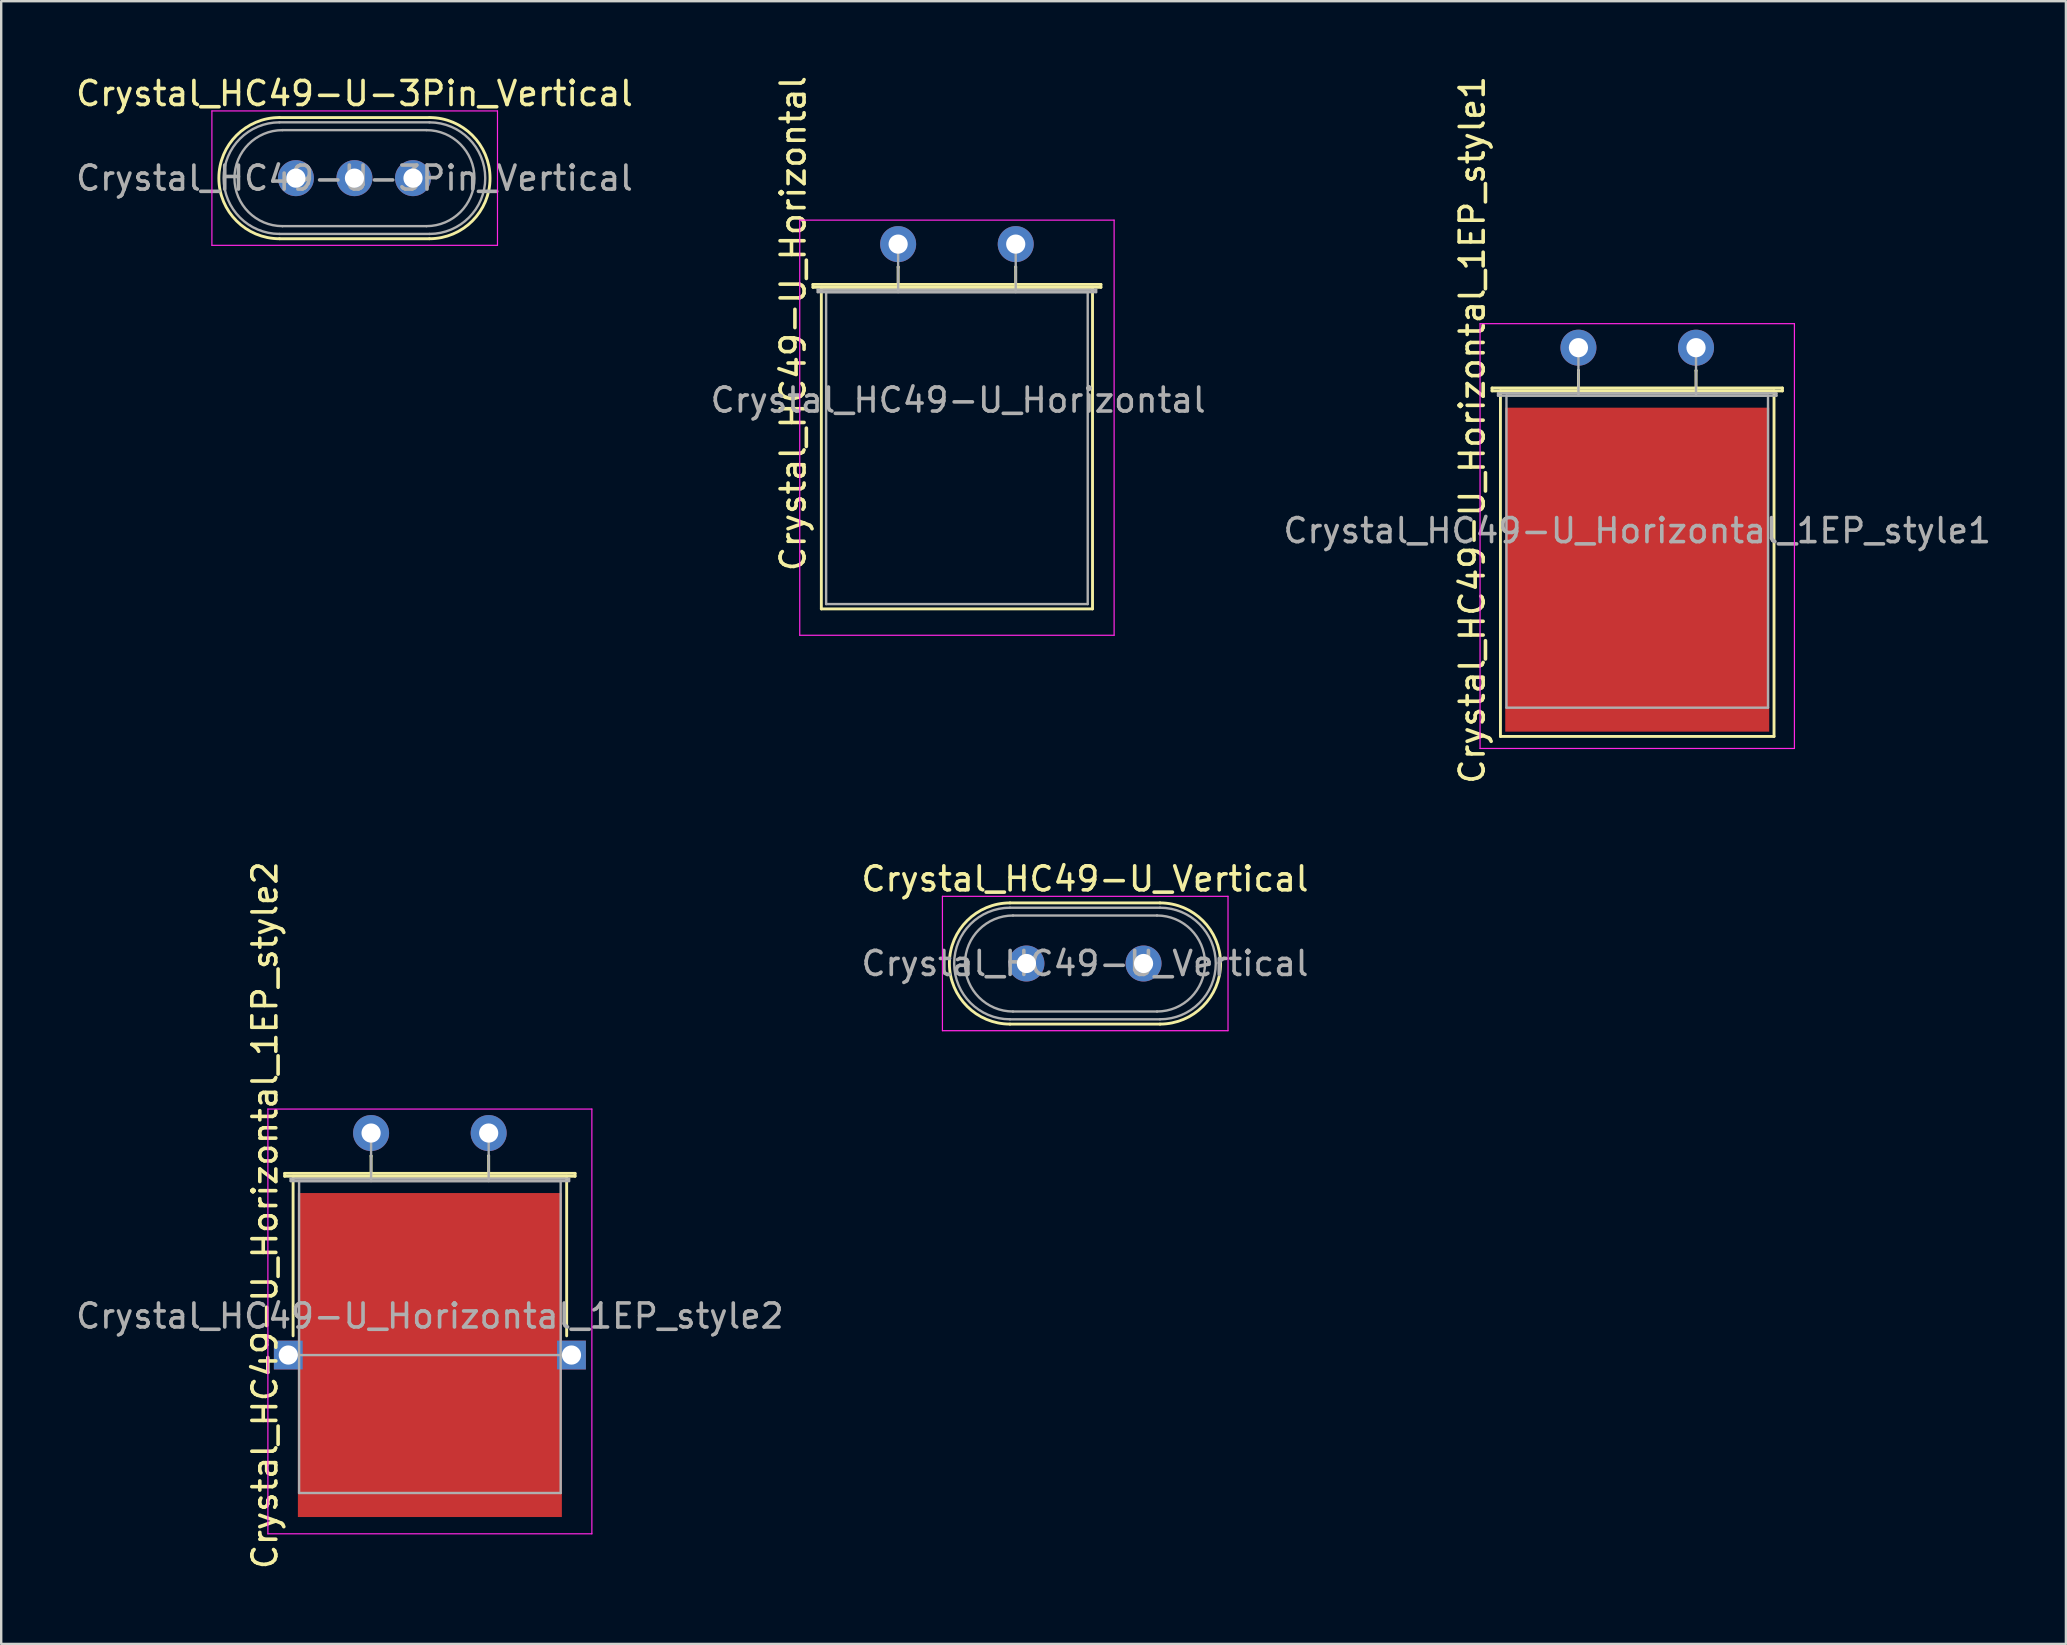
<source format=kicad_pcb>
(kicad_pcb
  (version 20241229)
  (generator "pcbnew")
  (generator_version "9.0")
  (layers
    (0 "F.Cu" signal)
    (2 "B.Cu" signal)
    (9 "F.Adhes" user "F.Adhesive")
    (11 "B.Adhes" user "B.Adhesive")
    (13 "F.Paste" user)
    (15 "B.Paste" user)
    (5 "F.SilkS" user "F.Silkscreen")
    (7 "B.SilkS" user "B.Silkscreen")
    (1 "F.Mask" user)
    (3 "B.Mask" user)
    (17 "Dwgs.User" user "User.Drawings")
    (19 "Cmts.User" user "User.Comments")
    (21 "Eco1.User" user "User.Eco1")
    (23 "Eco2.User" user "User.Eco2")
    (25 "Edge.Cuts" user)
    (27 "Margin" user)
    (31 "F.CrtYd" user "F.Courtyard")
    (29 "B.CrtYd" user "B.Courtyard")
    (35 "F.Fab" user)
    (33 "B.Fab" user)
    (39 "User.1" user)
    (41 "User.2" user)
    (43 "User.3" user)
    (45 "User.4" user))
  (footprint "Crystal_HC49-U_Vertical"
    (layer "F.Cu")
    (at 39.721 37.099)
    (property "Reference" "Crystal_HC49-U_Vertical" (at 2.44 -3.525 0) (layer "F.SilkS") (effects (font (size 1 1) (thickness 0.15))))
    (attr through_hole)
    (fp_line (start -0.685 -2.525) (end 5.565 -2.525) (stroke (width 0.12) (type solid)) (layer "F.SilkS"))
    (fp_line (start -0.685 2.525) (end 5.565 2.525) (stroke (width 0.12) (type solid)) (layer "F.SilkS"))
    (fp_arc (start -0.685 2.525) (mid -3.21 0) (end -0.685 -2.525) (stroke (width 0.12) (type solid)) (layer "F.SilkS"))
    (fp_arc (start 5.565 -2.525) (mid 8.09 0) (end 5.565 2.525) (stroke (width 0.12) (type solid)) (layer "F.SilkS"))
    (fp_line (start -3.5 -2.8) (end -3.5 2.8) (stroke (width 0.05) (type solid)) (layer "F.CrtYd"))
    (fp_line (start -3.5 2.8) (end 8.4 2.8) (stroke (width 0.05) (type solid)) (layer "F.CrtYd"))
    (fp_line (start 8.4 -2.8) (end -3.5 -2.8) (stroke (width 0.05) (type solid)) (layer "F.CrtYd"))
    (fp_line (start 8.4 2.8) (end 8.4 -2.8) (stroke (width 0.05) (type solid)) (layer "F.CrtYd"))
    (fp_line (start -0.685 -2.325) (end 5.565 -2.325) (stroke (width 0.1) (type solid)) (layer "F.Fab"))
    (fp_line (start -0.685 2.325) (end 5.565 2.325) (stroke (width 0.1) (type solid)) (layer "F.Fab"))
    (fp_line (start -0.56 -2) (end 5.44 -2) (stroke (width 0.1) (type solid)) (layer "F.Fab"))
    (fp_line (start -0.56 2) (end 5.44 2) (stroke (width 0.1) (type solid)) (layer "F.Fab"))
    (fp_arc (start -0.685 2.325) (mid -3.01 0) (end -0.685 -2.325) (stroke (width 0.1) (type solid)) (layer "F.Fab"))
    (fp_arc (start -0.56 2) (mid -2.56 0) (end -0.56 -2) (stroke (width 0.1) (type solid)) (layer "F.Fab"))
    (fp_arc (start 5.44 -2) (mid 7.44 0) (end 5.44 2) (stroke (width 0.1) (type solid)) (layer "F.Fab"))
    (fp_arc (start 5.565 -2.325) (mid 7.89 0) (end 5.565 2.325) (stroke (width 0.1) (type solid)) (layer "F.Fab"))
    (fp_text user "${REFERENCE}" (at 2.44 0 0) (layer "F.Fab") (effects (font (size 1 1) (thickness 0.15))))
    (pad "1" thru_hole circle (at 0 0) (size 1.5 1.5) (drill 0.8) (layers "*.Cu" "*.Mask"))
    (pad "2" thru_hole circle (at 4.88 0) (size 1.5 1.5) (drill 0.8) (layers "*.Cu" "*.Mask")))
  (footprint "Crystal_HC49-U_Horizontal_1EP_style2"
    (layer "F.Cu")
    (at 12.413 44.164)
    (property "Reference" "Crystal_HC49-U_Horizontal_1EP_style2" (at -4.425 3.425 90) (layer "F.SilkS") (effects (font (size 1 1) (thickness 0.15))))
    (attr through_hole)
    (fp_line (start -3.6 1.68) (end 8.5 1.68) (stroke (width 0.12) (type solid)) (layer "F.SilkS"))
    (fp_line (start -3.6 1.8) (end -3.6 1.68) (stroke (width 0.12) (type solid)) (layer "F.SilkS"))
    (fp_line (start -3.25 1.8) (end 8.15 1.8) (stroke (width 0.12) (type solid)) (layer "F.SilkS"))
    (fp_line (start -3.25 8.45) (end -3.25 1.8) (stroke (width 0.12) (type solid)) (layer "F.SilkS"))
    (fp_line (start 0 0.95) (end 0 0.95) (stroke (width 0.12) (type solid)) (layer "F.SilkS"))
    (fp_line (start 0 1.8) (end 0 0.95) (stroke (width 0.12) (type solid)) (layer "F.SilkS"))
    (fp_line (start 4.9 0.95) (end 4.9 0.95) (stroke (width 0.12) (type solid)) (layer "F.SilkS"))
    (fp_line (start 4.9 1.8) (end 4.9 0.95) (stroke (width 0.12) (type solid)) (layer "F.SilkS"))
    (fp_line (start 8.15 1.8) (end 8.15 8.45) (stroke (width 0.12) (type solid)) (layer "F.SilkS"))
    (fp_line (start 8.5 1.68) (end 8.5 1.8) (stroke (width 0.12) (type solid)) (layer "F.SilkS"))
    (fp_line (start 8.5 1.8) (end -3.6 1.8) (stroke (width 0.12) (type solid)) (layer "F.SilkS"))
    (fp_line (start -4.3 -1) (end -4.3 16.7) (stroke (width 0.05) (type solid)) (layer "F.CrtYd"))
    (fp_line (start -4.3 16.7) (end 9.2 16.7) (stroke (width 0.05) (type solid)) (layer "F.CrtYd"))
    (fp_line (start 9.2 -1) (end -4.3 -1) (stroke (width 0.05) (type solid)) (layer "F.CrtYd"))
    (fp_line (start 9.2 16.7) (end 9.2 -1) (stroke (width 0.05) (type solid)) (layer "F.CrtYd"))
    (fp_line (start -3.45 9.25) (end 8.35 9.25) (stroke (width 0.1) (type solid)) (layer "F.Fab"))
    (fp_line (start -3.35 1.9) (end 8.25 1.9) (stroke (width 0.1) (type solid)) (layer "F.Fab"))
    (fp_line (start -3.35 2) (end -3.35 1.9) (stroke (width 0.1) (type solid)) (layer "F.Fab"))
    (fp_line (start -3 2) (end -3 15) (stroke (width 0.1) (type solid)) (layer "F.Fab"))
    (fp_line (start -3 15) (end 7.9 15) (stroke (width 0.1) (type solid)) (layer "F.Fab"))
    (fp_line (start 0 1) (end 0 0) (stroke (width 0.1) (type solid)) (layer "F.Fab"))
    (fp_line (start 0 2) (end 0 1) (stroke (width 0.1) (type solid)) (layer "F.Fab"))
    (fp_line (start 4.9 1) (end 4.9 0) (stroke (width 0.1) (type solid)) (layer "F.Fab"))
    (fp_line (start 4.9 2) (end 4.9 1) (stroke (width 0.1) (type solid)) (layer "F.Fab"))
    (fp_line (start 7.9 2) (end -3 2) (stroke (width 0.1) (type solid)) (layer "F.Fab"))
    (fp_line (start 7.9 15) (end 7.9 2) (stroke (width 0.1) (type solid)) (layer "F.Fab"))
    (fp_line (start 8.25 1.9) (end 8.25 2) (stroke (width 0.1) (type solid)) (layer "F.Fab"))
    (fp_line (start 8.25 2) (end -3.35 2) (stroke (width 0.1) (type solid)) (layer "F.Fab"))
    (fp_text user "${REFERENCE}" (at 2.45 7.625 0) (layer "F.Fab") (effects (font (size 1 1) (thickness 0.15))))
    (pad "1" thru_hole circle (at 0 0) (size 1.5 1.5) (drill 0.8) (layers "*.Cu" "*.Mask"))
    (pad "2" thru_hole circle (at 4.9 0) (size 1.5 1.5) (drill 0.8) (layers "*.Cu" "*.Mask"))
    (pad "3" thru_hole rect (at -3.45 9.25) (size 1.2 1.2) (drill 0.8) (layers "*.Cu" "*.Mask"))
    (pad "3" smd rect (at 2.45 9.25) (size 11 13.5) (layers "F.Cu" "F.Mask" "F.Paste"))
    (pad "3" thru_hole rect (at 8.35 9.25) (size 1.2 1.2) (drill 0.8) (layers "*.Cu" "*.Mask")))
  (footprint "Crystal_HC49-U-3Pin_Vertical"
    (layer "F.Cu")
    (at 9.28 4.373)
    (property "Reference" "Crystal_HC49-U-3Pin_Vertical" (at 2.44 -3.525 0) (layer "F.SilkS") (effects (font (size 1 1) (thickness 0.15))))
    (attr through_hole)
    (fp_line (start -0.685 -2.525) (end 5.565 -2.525) (stroke (width 0.12) (type solid)) (layer "F.SilkS"))
    (fp_line (start -0.685 2.525) (end 5.565 2.525) (stroke (width 0.12) (type solid)) (layer "F.SilkS"))
    (fp_arc (start -0.685 2.525) (mid -3.21 0) (end -0.685 -2.525) (stroke (width 0.12) (type solid)) (layer "F.SilkS"))
    (fp_arc (start 5.565 -2.525) (mid 8.09 0) (end 5.565 2.525) (stroke (width 0.12) (type solid)) (layer "F.SilkS"))
    (fp_line (start -3.5 -2.8) (end -3.5 2.8) (stroke (width 0.05) (type solid)) (layer "F.CrtYd"))
    (fp_line (start -3.5 2.8) (end 8.4 2.8) (stroke (width 0.05) (type solid)) (layer "F.CrtYd"))
    (fp_line (start 8.4 -2.8) (end -3.5 -2.8) (stroke (width 0.05) (type solid)) (layer "F.CrtYd"))
    (fp_line (start 8.4 2.8) (end 8.4 -2.8) (stroke (width 0.05) (type solid)) (layer "F.CrtYd"))
    (fp_line (start -0.685 -2.325) (end 5.565 -2.325) (stroke (width 0.1) (type solid)) (layer "F.Fab"))
    (fp_line (start -0.685 2.325) (end 5.565 2.325) (stroke (width 0.1) (type solid)) (layer "F.Fab"))
    (fp_line (start -0.56 -2) (end 5.44 -2) (stroke (width 0.1) (type solid)) (layer "F.Fab"))
    (fp_line (start -0.56 2) (end 5.44 2) (stroke (width 0.1) (type solid)) (layer "F.Fab"))
    (fp_arc (start -0.685 2.325) (mid -3.01 0) (end -0.685 -2.325) (stroke (width 0.1) (type solid)) (layer "F.Fab"))
    (fp_arc (start -0.56 2) (mid -2.56 0) (end -0.56 -2) (stroke (width 0.1) (type solid)) (layer "F.Fab"))
    (fp_arc (start 5.44 -2) (mid 7.44 0) (end 5.44 2) (stroke (width 0.1) (type solid)) (layer "F.Fab"))
    (fp_arc (start 5.565 -2.325) (mid 7.89 0) (end 5.565 2.325) (stroke (width 0.1) (type solid)) (layer "F.Fab"))
    (fp_text user "${REFERENCE}" (at 2.44 0 0) (layer "F.Fab") (effects (font (size 1 1) (thickness 0.15))))
    (pad "1" thru_hole circle (at 0 0) (size 1.5 1.5) (drill 0.8) (layers "*.Cu" "*.Mask"))
    (pad "2" thru_hole circle (at 2.44 0) (size 1.5 1.5) (drill 0.8) (layers "*.Cu" "*.Mask"))
    (pad "3" thru_hole circle (at 4.88 0) (size 1.5 1.5) (drill 0.8) (layers "*.Cu" "*.Mask")))
  (footprint "Crystal_HC49-U_Horizontal_1EP_style1"
    (layer "F.Cu")
    (at 62.723 11.438)
    (property "Reference" "Crystal_HC49-U_Horizontal_1EP_style1" (at -4.425 3.425 90) (layer "F.SilkS") (effects (font (size 1 1) (thickness 0.15))))
    (attr through_hole)
    (fp_line (start -3.6 1.68) (end 8.5 1.68) (stroke (width 0.12) (type solid)) (layer "F.SilkS"))
    (fp_line (start -3.6 1.8) (end -3.6 1.68) (stroke (width 0.12) (type solid)) (layer "F.SilkS"))
    (fp_line (start -3.25 1.8) (end -3.25 16.2) (stroke (width 0.12) (type solid)) (layer "F.SilkS"))
    (fp_line (start -3.25 16.2) (end 8.15 16.2) (stroke (width 0.12) (type solid)) (layer "F.SilkS"))
    (fp_line (start 0 0.95) (end 0 0.95) (stroke (width 0.12) (type solid)) (layer "F.SilkS"))
    (fp_line (start 0 1.8) (end 0 0.95) (stroke (width 0.12) (type solid)) (layer "F.SilkS"))
    (fp_line (start 4.9 0.95) (end 4.9 0.95) (stroke (width 0.12) (type solid)) (layer "F.SilkS"))
    (fp_line (start 4.9 1.8) (end 4.9 0.95) (stroke (width 0.12) (type solid)) (layer "F.SilkS"))
    (fp_line (start 8.15 1.8) (end -3.25 1.8) (stroke (width 0.12) (type solid)) (layer "F.SilkS"))
    (fp_line (start 8.15 16.2) (end 8.15 1.8) (stroke (width 0.12) (type solid)) (layer "F.SilkS"))
    (fp_line (start 8.5 1.68) (end 8.5 1.8) (stroke (width 0.12) (type solid)) (layer "F.SilkS"))
    (fp_line (start 8.5 1.8) (end -3.6 1.8) (stroke (width 0.12) (type solid)) (layer "F.SilkS"))
    (fp_line (start -4.1 -1) (end -4.1 16.7) (stroke (width 0.05) (type solid)) (layer "F.CrtYd"))
    (fp_line (start -4.1 16.7) (end 9 16.7) (stroke (width 0.05) (type solid)) (layer "F.CrtYd"))
    (fp_line (start 9 -1) (end -4.1 -1) (stroke (width 0.05) (type solid)) (layer "F.CrtYd"))
    (fp_line (start 9 16.7) (end 9 -1) (stroke (width 0.05) (type solid)) (layer "F.CrtYd"))
    (fp_line (start -3.35 1.9) (end 8.25 1.9) (stroke (width 0.1) (type solid)) (layer "F.Fab"))
    (fp_line (start -3.35 2) (end -3.35 1.9) (stroke (width 0.1) (type solid)) (layer "F.Fab"))
    (fp_line (start -3 2) (end -3 15) (stroke (width 0.1) (type solid)) (layer "F.Fab"))
    (fp_line (start -3 15) (end 7.9 15) (stroke (width 0.1) (type solid)) (layer "F.Fab"))
    (fp_line (start 0 1) (end 0 0) (stroke (width 0.1) (type solid)) (layer "F.Fab"))
    (fp_line (start 0 2) (end 0 1) (stroke (width 0.1) (type solid)) (layer "F.Fab"))
    (fp_line (start 4.9 1) (end 4.9 0) (stroke (width 0.1) (type solid)) (layer "F.Fab"))
    (fp_line (start 4.9 2) (end 4.9 1) (stroke (width 0.1) (type solid)) (layer "F.Fab"))
    (fp_line (start 7.9 2) (end -3 2) (stroke (width 0.1) (type solid)) (layer "F.Fab"))
    (fp_line (start 7.9 15) (end 7.9 2) (stroke (width 0.1) (type solid)) (layer "F.Fab"))
    (fp_line (start 8.25 1.9) (end 8.25 2) (stroke (width 0.1) (type solid)) (layer "F.Fab"))
    (fp_line (start 8.25 2) (end -3.35 2) (stroke (width 0.1) (type solid)) (layer "F.Fab"))
    (fp_text user "${REFERENCE}" (at 2.45 7.625 0) (layer "F.Fab") (effects (font (size 1 1) (thickness 0.15))))
    (pad "1" thru_hole circle (at 0 0) (size 1.5 1.5) (drill 0.8) (layers "*.Cu" "*.Mask"))
    (pad "2" thru_hole circle (at 4.9 0) (size 1.5 1.5) (drill 0.8) (layers "*.Cu" "*.Mask"))
    (pad "3" smd rect (at 2.45 9.25) (size 11 13.5) (layers "F.Cu" "F.Mask" "F.Paste")))
  (footprint "Crystal_HC49-U_Horizontal"
    (layer "F.Cu")
    (at 34.375 7.122)
    (property "Reference" "Crystal_HC49-U_Horizontal" (at -4.375 3.312 90) (layer "F.SilkS") (effects (font (size 1 1) (thickness 0.15))))
    (attr through_hole)
    (fp_line (start -3.55 1.68) (end 8.45 1.68) (stroke (width 0.12) (type solid)) (layer "F.SilkS"))
    (fp_line (start -3.55 1.8) (end -3.55 1.68) (stroke (width 0.12) (type solid)) (layer "F.SilkS"))
    (fp_line (start -3.2 1.8) (end -3.2 15.2) (stroke (width 0.12) (type solid)) (layer "F.SilkS"))
    (fp_line (start -3.2 15.2) (end 8.1 15.2) (stroke (width 0.12) (type solid)) (layer "F.SilkS"))
    (fp_line (start 0 0.95) (end 0 0.95) (stroke (width 0.12) (type solid)) (layer "F.SilkS"))
    (fp_line (start 0 1.8) (end 0 0.95) (stroke (width 0.12) (type solid)) (layer "F.SilkS"))
    (fp_line (start 4.9 0.95) (end 4.9 0.95) (stroke (width 0.12) (type solid)) (layer "F.SilkS"))
    (fp_line (start 4.9 1.8) (end 4.9 0.95) (stroke (width 0.12) (type solid)) (layer "F.SilkS"))
    (fp_line (start 8.1 1.8) (end -3.2 1.8) (stroke (width 0.12) (type solid)) (layer "F.SilkS"))
    (fp_line (start 8.1 15.2) (end 8.1 1.8) (stroke (width 0.12) (type solid)) (layer "F.SilkS"))
    (fp_line (start 8.45 1.68) (end 8.45 1.8) (stroke (width 0.12) (type solid)) (layer "F.SilkS"))
    (fp_line (start 8.45 1.8) (end -3.55 1.8) (stroke (width 0.12) (type solid)) (layer "F.SilkS"))
    (fp_line (start -4.1 -1) (end -4.1 16.3) (stroke (width 0.05) (type solid)) (layer "F.CrtYd"))
    (fp_line (start -4.1 16.3) (end 9 16.3) (stroke (width 0.05) (type solid)) (layer "F.CrtYd"))
    (fp_line (start 9 -1) (end -4.1 -1) (stroke (width 0.05) (type solid)) (layer "F.CrtYd"))
    (fp_line (start 9 16.3) (end 9 -1) (stroke (width 0.05) (type solid)) (layer "F.CrtYd"))
    (fp_line (start -3.35 1.9) (end 8.25 1.9) (stroke (width 0.1) (type solid)) (layer "F.Fab"))
    (fp_line (start -3.35 2) (end -3.35 1.9) (stroke (width 0.1) (type solid)) (layer "F.Fab"))
    (fp_line (start -3 2) (end -3 15) (stroke (width 0.1) (type solid)) (layer "F.Fab"))
    (fp_line (start -3 15) (end 7.9 15) (stroke (width 0.1) (type solid)) (layer "F.Fab"))
    (fp_line (start 0 1) (end 0 0) (stroke (width 0.1) (type solid)) (layer "F.Fab"))
    (fp_line (start 0 2) (end 0 1) (stroke (width 0.1) (type solid)) (layer "F.Fab"))
    (fp_line (start 4.9 1) (end 4.9 0) (stroke (width 0.1) (type solid)) (layer "F.Fab"))
    (fp_line (start 4.9 2) (end 4.9 1) (stroke (width 0.1) (type solid)) (layer "F.Fab"))
    (fp_line (start 7.9 2) (end -3 2) (stroke (width 0.1) (type solid)) (layer "F.Fab"))
    (fp_line (start 7.9 15) (end 7.9 2) (stroke (width 0.1) (type solid)) (layer "F.Fab"))
    (fp_line (start 8.25 1.9) (end 8.25 2) (stroke (width 0.1) (type solid)) (layer "F.Fab"))
    (fp_line (start 8.25 2) (end -3.35 2) (stroke (width 0.1) (type solid)) (layer "F.Fab"))
    (fp_text user "${REFERENCE}" (at 2.5 6.5 0) (layer "F.Fab") (effects (font (size 1 1) (thickness 0.15))))
    (pad "1" thru_hole circle (at 0 0) (size 1.5 1.5) (drill 0.8) (layers "*.Cu" "*.Mask"))
    (pad "2" thru_hole circle (at 4.9 0) (size 1.5 1.5) (drill 0.8) (layers "*.Cu" "*.Mask")))
  (gr_rect
    (start -3 -3)
    (end 83.036 65.452)
    (stroke (width 0.1) (type default))
    (fill no)
    (layer "Edge.Cuts")))
</source>
